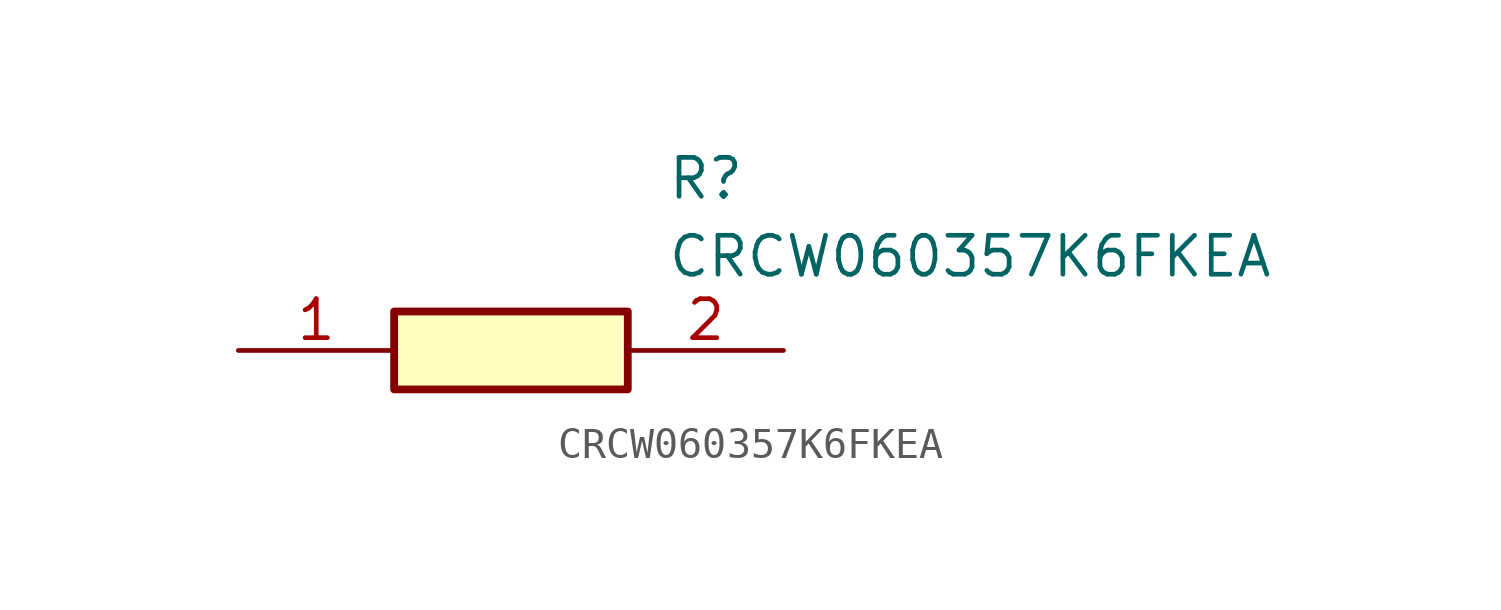
<source format=kicad_sym>
(kicad_symbol_lib
  (version 20211014)
  (generator SamacSys_ECAD_Model)
  (symbol "CRCW060357K6FKEA"
    (pin_names hide)
    (property "Reference" "R"
      (at 13.97 6.35 0)
      (effects (font (size 1.27 1.27)) (justify left top)))
    (property "Value" "CRCW060357K6FKEA"
      (at 13.97 3.81 0)
      (effects (font (size 1.27 1.27)) (justify left top)))
    (rectangle
      (start 5.08 1.27)
      (end 12.7 -1.27)
      (stroke (width 0.254) (type default))
      (fill (type background)))
    (pin passive line
      (at 0 0 0)
      (length 5.08)
      (name "1" (effects (font (size 1.27 1.27))))
      (number "1" (effects (font (size 1.27 1.27)))))
    (pin passive line
      (at 17.78 0 180)
      (length 5.08)
      (name "2" (effects (font (size 1.27 1.27))))
      (number "2" (effects (font (size 1.27 1.27)))))))
</source>
